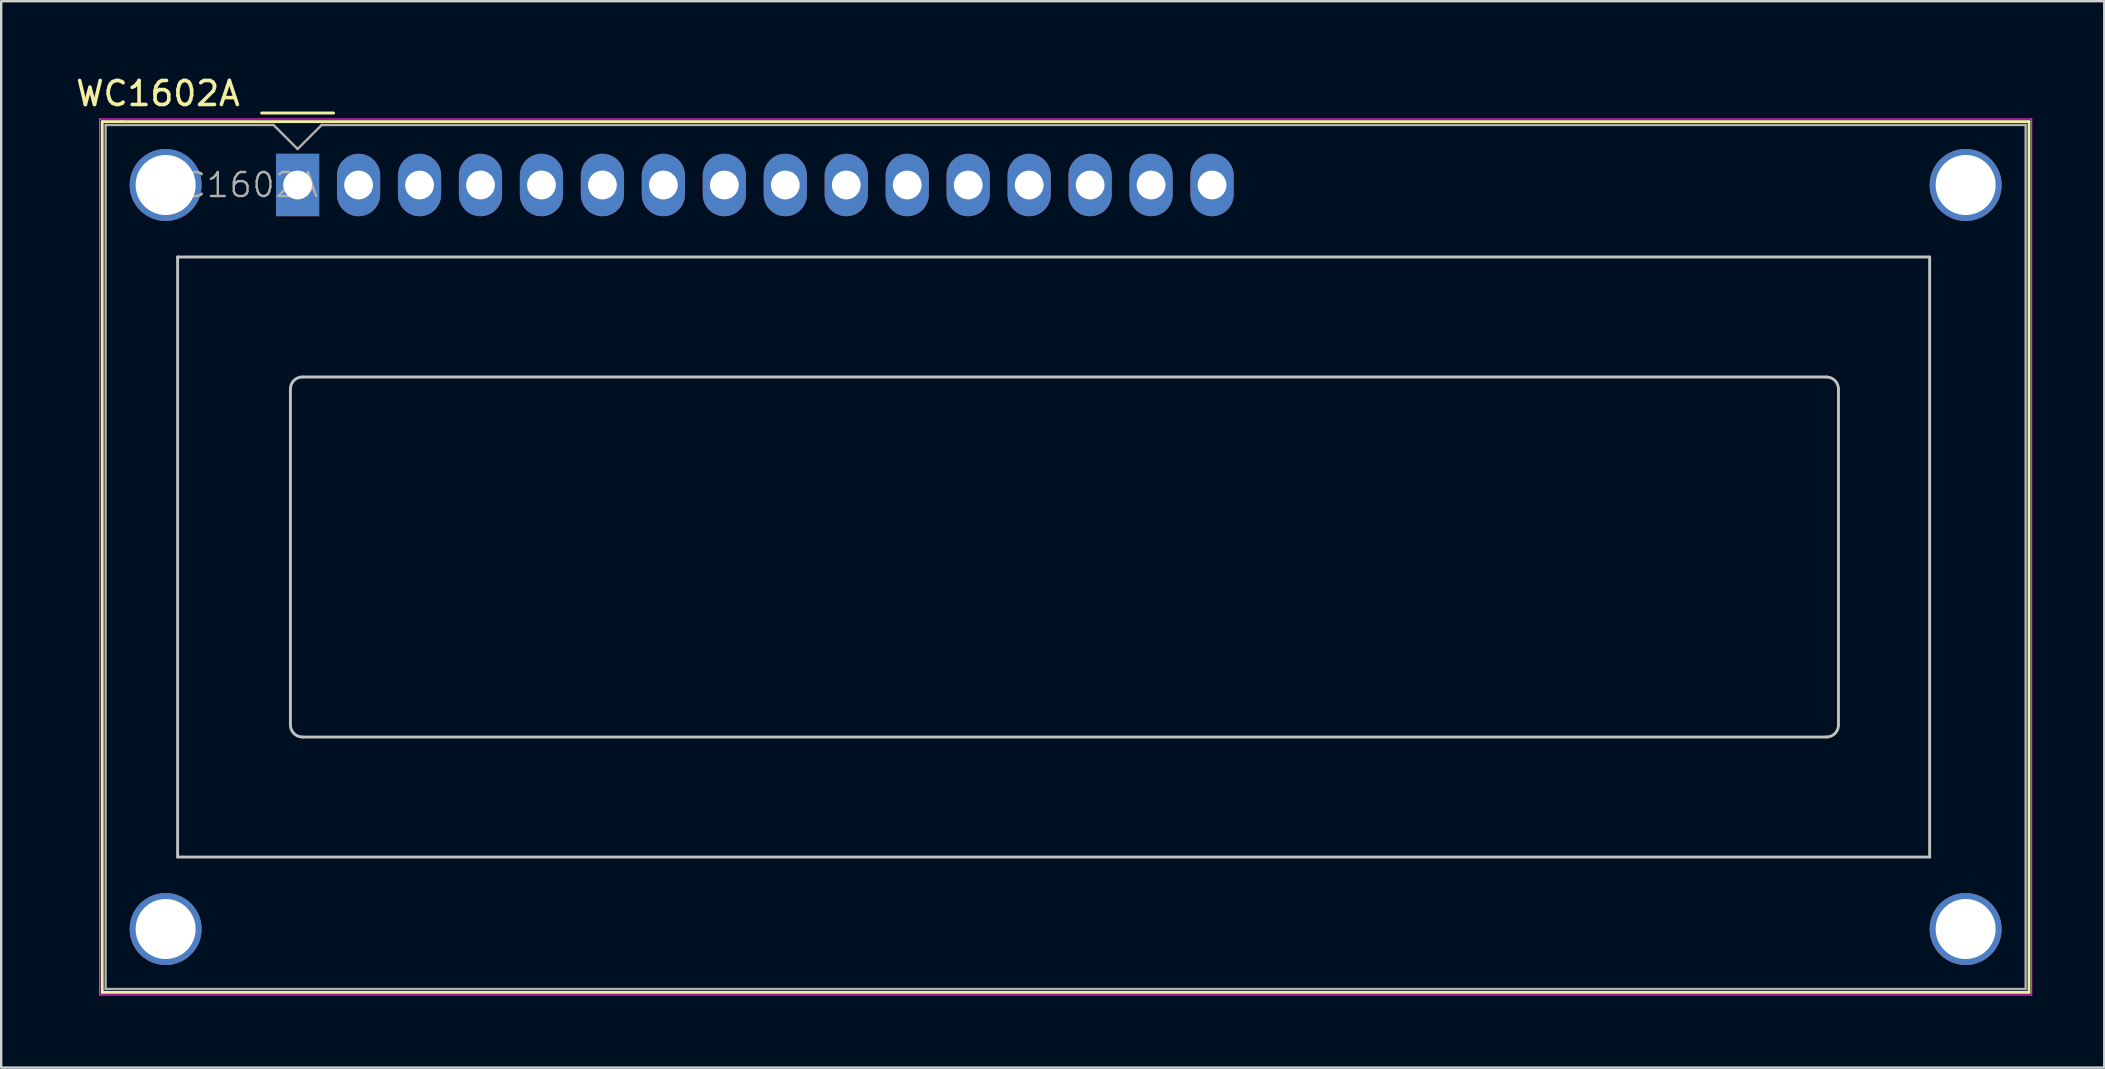
<source format=kicad_pcb>
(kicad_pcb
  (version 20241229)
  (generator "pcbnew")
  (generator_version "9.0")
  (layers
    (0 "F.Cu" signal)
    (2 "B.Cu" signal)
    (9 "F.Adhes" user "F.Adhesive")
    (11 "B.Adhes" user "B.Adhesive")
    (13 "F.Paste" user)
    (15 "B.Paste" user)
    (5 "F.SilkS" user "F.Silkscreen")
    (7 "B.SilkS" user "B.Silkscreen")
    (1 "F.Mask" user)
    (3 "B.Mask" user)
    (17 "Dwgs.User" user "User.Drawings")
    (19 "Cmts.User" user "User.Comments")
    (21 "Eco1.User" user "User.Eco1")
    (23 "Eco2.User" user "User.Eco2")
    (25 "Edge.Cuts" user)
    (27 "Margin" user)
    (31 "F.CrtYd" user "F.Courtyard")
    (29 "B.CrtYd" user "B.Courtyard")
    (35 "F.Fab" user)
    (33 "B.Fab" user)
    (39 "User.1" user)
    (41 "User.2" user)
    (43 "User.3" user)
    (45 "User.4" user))
  (footprint "WC1602A"
    (layer "F.Cu")
    (at 9.35 4.658)
    (property "Reference" "WC1602A" (at -5.82 -3.81 0) (layer "F.SilkS") (effects (font (size 1 1) (thickness 0.15))))
    (attr through_hole)
    (fp_line (start -8.14 -2.64) (end -8.14 33.64) (stroke (width 0.12) (type solid)) (layer "F.SilkS"))
    (fp_line (start -8.14 33.64) (end 72.14 33.64) (stroke (width 0.12) (type solid)) (layer "F.SilkS"))
    (fp_line (start -8.13 -2.64) (end -7.34 -2.64) (stroke (width 0.12) (type solid)) (layer "F.SilkS"))
    (fp_line (start -1.5 -3) (end 1.5 -3) (stroke (width 0.12) (type solid)) (layer "F.SilkS"))
    (fp_line (start 72.14 -2.64) (end -7.34 -2.64) (stroke (width 0.12) (type solid)) (layer "F.SilkS"))
    (fp_line (start 72.14 33.64) (end 72.14 -2.64) (stroke (width 0.12) (type solid)) (layer "F.SilkS"))
    (fp_line (start -5 3) (end 68 3) (stroke (width 0.12) (type solid)) (layer "Dwgs.User"))
    (fp_line (start -5 28) (end -5 3) (stroke (width 0.12) (type solid)) (layer "Dwgs.User"))
    (fp_line (start -0.3 22.499) (end -0.3 8.5) (stroke (width 0.12) (type solid)) (layer "Dwgs.User"))
    (fp_line (start 0.2 8) (end 63.7 8) (stroke (width 0.12) (type solid)) (layer "Dwgs.User"))
    (fp_line (start 63.701 23) (end 0.2 23) (stroke (width 0.12) (type solid)) (layer "Dwgs.User"))
    (fp_line (start 64.2 8.5) (end 64.2 22.5) (stroke (width 0.12) (type solid)) (layer "Dwgs.User"))
    (fp_line (start 68 3) (end 68 28) (stroke (width 0.12) (type solid)) (layer "Dwgs.User"))
    (fp_line (start 68 28) (end -5 28) (stroke (width 0.12) (type solid)) (layer "Dwgs.User"))
    (fp_arc (start -0.29972 8.49884) (mid -0.153162 8.145018) (end 0.20066 7.99846) (stroke (width 0.12) (type solid)) (layer "Dwgs.User"))
    (fp_arc (start 0.20066 22.9997) (mid -0.153162 22.853142) (end -0.29972 22.49932) (stroke (width 0.12) (type solid)) (layer "Dwgs.User"))
    (fp_arc (start 63.7 8) (mid 64.053553 8.146447) (end 64.2 8.5) (stroke (width 0.12) (type solid)) (layer "Dwgs.User"))
    (fp_arc (start 64.20104 22.49932) (mid 64.054482 22.853142) (end 63.70066 22.9997) (stroke (width 0.12) (type solid)) (layer "Dwgs.User"))
    (fp_line (start -8.25 -2.75) (end -8.25 33.75) (stroke (width 0.05) (type solid)) (layer "F.CrtYd"))
    (fp_line (start -8.25 -2.75) (end 72.25 -2.75) (stroke (width 0.05) (type solid)) (layer "F.CrtYd"))
    (fp_line (start -8.25 33.75) (end 72.25 33.75) (stroke (width 0.05) (type solid)) (layer "F.CrtYd"))
    (fp_line (start 72.25 -2.75) (end 72.25 33.75) (stroke (width 0.05) (type solid)) (layer "F.CrtYd"))
    (fp_line (start -8 33.5) (end -8 -2.5) (stroke (width 0.1) (type solid)) (layer "F.Fab"))
    (fp_line (start -1 -2.5) (end -8 -2.5) (stroke (width 0.1) (type solid)) (layer "F.Fab"))
    (fp_line (start 0 -1.5) (end -1 -2.5) (stroke (width 0.1) (type solid)) (layer "F.Fab"))
    (fp_line (start 1 -2.5) (end 0 -1.5) (stroke (width 0.1) (type solid)) (layer "F.Fab"))
    (fp_line (start 1 -2.5) (end 72 -2.5) (stroke (width 0.1) (type solid)) (layer "F.Fab"))
    (fp_line (start 72 -2.5) (end 72 33.5) (stroke (width 0.1) (type solid)) (layer "F.Fab"))
    (fp_line (start 72 33.5) (end -8 33.5) (stroke (width 0.1) (type solid)) (layer "F.Fab"))
    (fp_text user "${REFERENCE}" (at -2.54 0 0) (layer "F.Fab") (effects (font (size 1 1) (thickness 0.1))))
    (pad "" thru_hole circle (at -5.499 0) (size 3 3) (drill 2.5) (layers "*.Cu" "*.Mask"))
    (pad "" thru_hole circle (at -5.499 31.001) (size 3 3) (drill 2.5) (layers "*.Cu" "*.Mask"))
    (pad "" thru_hole circle (at 69.499 31.001) (size 3 3) (drill 2.5) (layers "*.Cu" "*.Mask"))
    (pad "" thru_hole circle (at 69.5 0) (size 3 3) (drill 2.5) (layers "*.Cu" "*.Mask"))
    (pad "1" thru_hole rect (at 0 0) (size 1.8 2.6) (drill 1.2) (layers "*.Cu" "*.Mask"))
    (pad "2" thru_hole oval (at 2.54 0) (size 1.8 2.6) (drill 1.2) (layers "*.Cu" "*.Mask"))
    (pad "3" thru_hole oval (at 5.08 0) (size 1.8 2.6) (drill 1.2) (layers "*.Cu" "*.Mask"))
    (pad "4" thru_hole oval (at 7.62 0) (size 1.8 2.6) (drill 1.2) (layers "*.Cu" "*.Mask"))
    (pad "5" thru_hole oval (at 10.16 0) (size 1.8 2.6) (drill 1.2) (layers "*.Cu" "*.Mask"))
    (pad "6" thru_hole oval (at 12.7 0) (size 1.8 2.6) (drill 1.2) (layers "*.Cu" "*.Mask"))
    (pad "7" thru_hole oval (at 15.24 0) (size 1.8 2.6) (drill 1.2) (layers "*.Cu" "*.Mask"))
    (pad "8" thru_hole oval (at 17.78 0) (size 1.8 2.6) (drill 1.2) (layers "*.Cu" "*.Mask"))
    (pad "9" thru_hole oval (at 20.32 0) (size 1.8 2.6) (drill 1.2) (layers "*.Cu" "*.Mask"))
    (pad "10" thru_hole oval (at 22.86 0) (size 1.8 2.6) (drill 1.2) (layers "*.Cu" "*.Mask"))
    (pad "11" thru_hole oval (at 25.4 0) (size 1.8 2.6) (drill 1.2) (layers "*.Cu" "*.Mask"))
    (pad "12" thru_hole oval (at 27.94 0) (size 1.8 2.6) (drill 1.2) (layers "*.Cu" "*.Mask"))
    (pad "13" thru_hole oval (at 30.48 0) (size 1.8 2.6) (drill 1.2) (layers "*.Cu" "*.Mask"))
    (pad "14" thru_hole oval (at 33.02 0) (size 1.8 2.6) (drill 1.2) (layers "*.Cu" "*.Mask"))
    (pad "15" thru_hole oval (at 35.56 0) (size 1.8 2.6) (drill 1.2) (layers "*.Cu" "*.Mask"))
    (pad "16" thru_hole oval (at 38.1 0) (size 1.8 2.6) (drill 1.2) (layers "*.Cu" "*.Mask")))
  (gr_rect
    (start -3 -3)
    (end 84.625 41.433)
    (stroke (width 0.1) (type default))
    (fill no)
    (layer "Edge.Cuts")))
</source>
